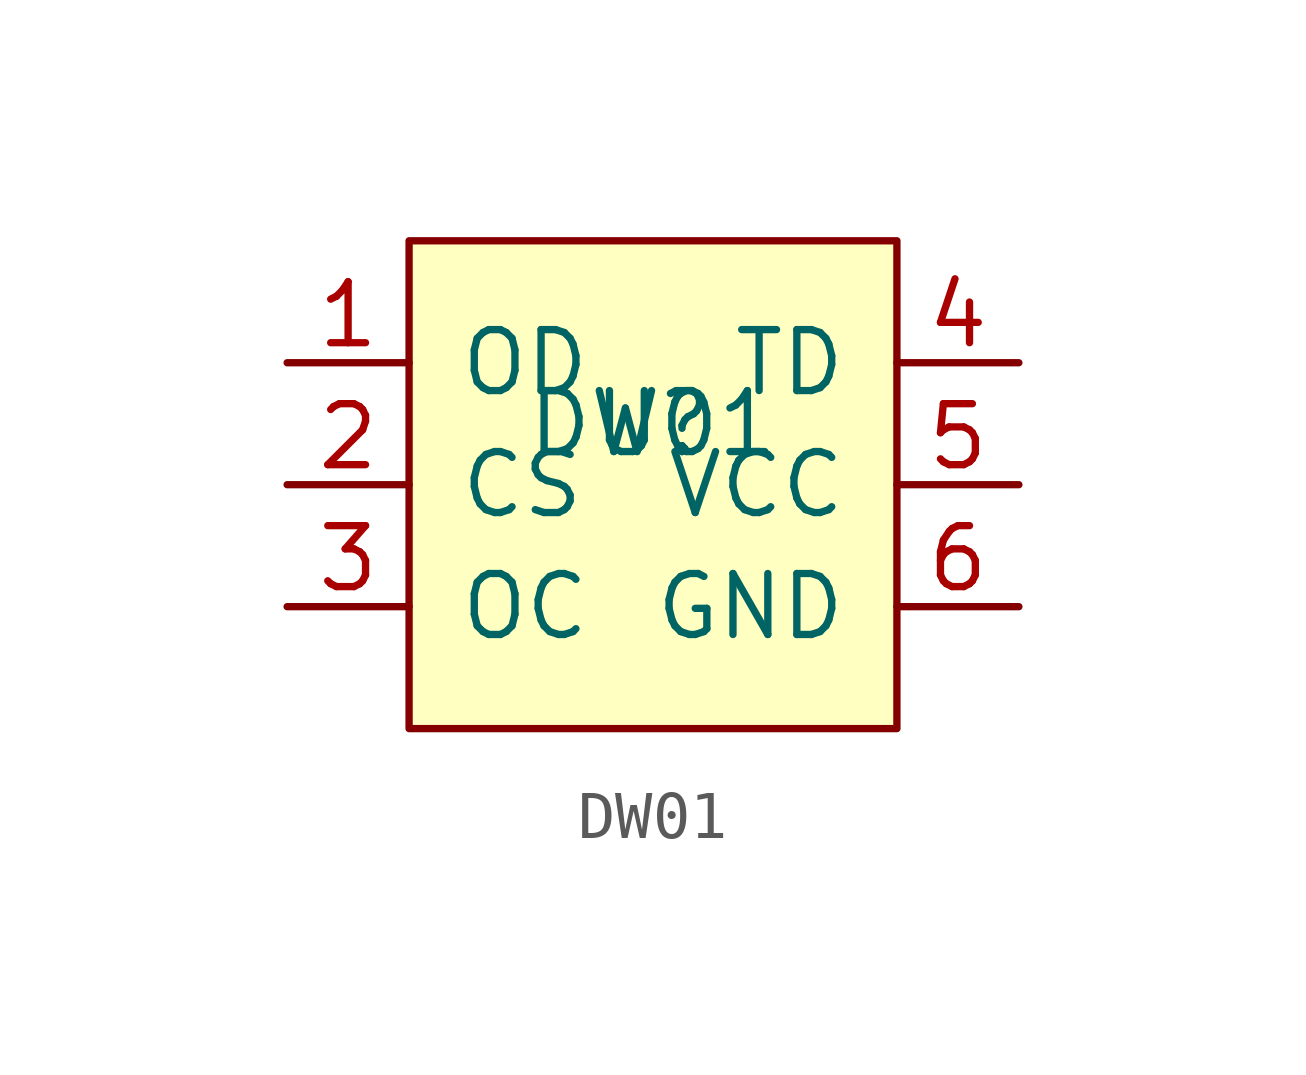
<source format=kicad_sym>
(kicad_symbol_lib
  (version 20211014)
  (generator kicad_symbol_editor)
  (symbol "DW01"
    (pin_names
      (offset 1.016))
    (property "Reference" "U"
      (at 0 0 0)
      (effects (font (size 1.27 1.27))))
    (property "Value" "DW01"
      (at 0 0 0)
      (effects (font (size 1.27 1.27))))
    (symbol "DW01_0_0"
      (pin output line (at -7.62 1.27 0) (length 2.54) (name "OD" (effects (font (size 1.27 1.27)))) (number "1" (effects (font (size 1.27 1.27)))))
      (pin input line (at -7.62 -1.27 0) (length 2.54) (name "CS" (effects (font (size 1.27 1.27)))) (number "2" (effects (font (size 1.27 1.27)))))
      (pin output line (at -7.62 -3.81 0) (length 2.54) (name "OC" (effects (font (size 1.27 1.27)))) (number "3" (effects (font (size 1.27 1.27)))))
      (pin input line (at 7.62 1.27 180) (length 2.54) (name "TD" (effects (font (size 1.27 1.27)))) (number "4" (effects (font (size 1.27 1.27)))))
      (pin power_in line (at 7.62 -1.27 180) (length 2.54) (name "VCC" (effects (font (size 1.27 1.27)))) (number "5" (effects (font (size 1.27 1.27)))))
      (pin power_in line (at 7.62 -3.81 180) (length 2.54) (name "GND" (effects (font (size 1.27 1.27)))) (number "6" (effects (font (size 1.27 1.27))))))
    (symbol "DW01_0_1"
      (rectangle (start -5.08 3.81) (end 5.08 -6.35) (stroke (width 0) (type default) (color 0 0 0 0)) (fill (type background))))))
</source>
